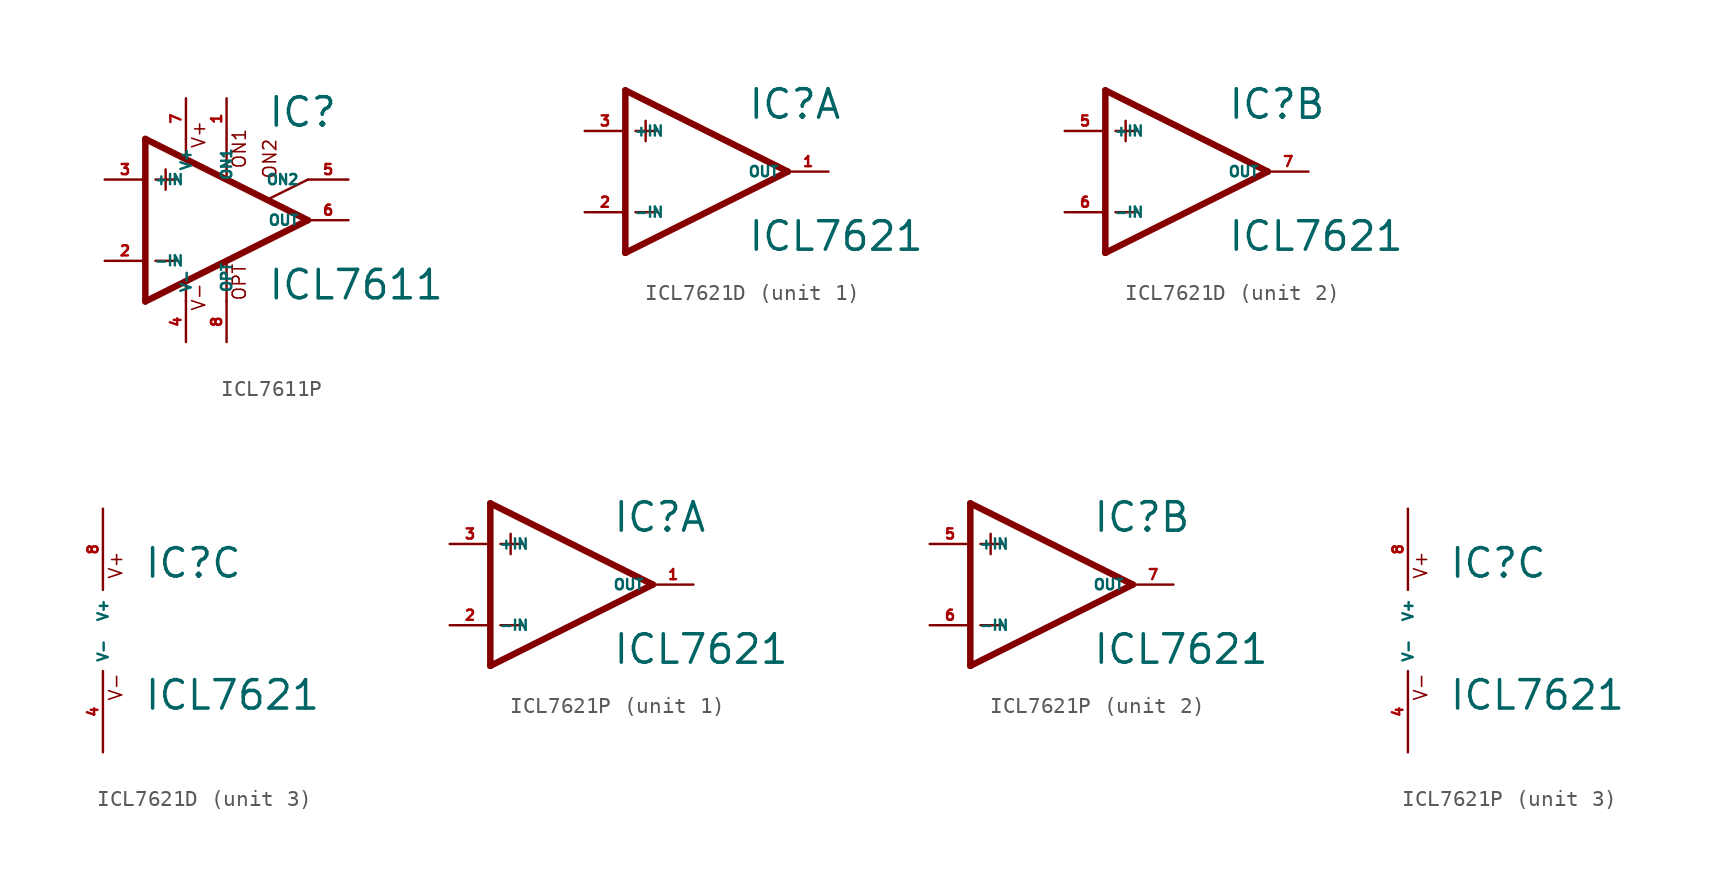
<source format=kicad_sym>
(kicad_symbol_lib
  (version 20220914)
  (generator Eagle2Kicad)
  (symbol "ICL7611P"
    (property "Reference" "IC"
      (at 2.54 5.715 0)
      (effects (font (size 1.778 1.778) (thickness 0.22)) (justify left bottom)))
    (property "Value" "ICL7611"
      (at 2.54 -5.08 0)
      (effects (font (size 1.778 1.778) (thickness 0.22)) (justify left bottom)))
    (polyline
      (pts (xy -3.81 3.175) (xy -3.81 1.905))
      (stroke (width 0.152) (type default))
      (fill (type none)))
    (polyline
      (pts (xy -4.445 2.54) (xy -3.175 2.54))
      (stroke (width 0.152) (type default))
      (fill (type none)))
    (polyline
      (pts (xy -4.445 -2.54) (xy -3.175 -2.54))
      (stroke (width 0.152) (type default))
      (fill (type none)))
    (polyline
      (pts (xy -2.54 5.08) (xy -2.54 3.886))
      (stroke (width 0.152) (type default))
      (fill (type none)))
    (polyline
      (pts (xy 0 5.055) (xy 0 2.616))
      (stroke (width 0.152) (type default))
      (fill (type none)))
    (polyline
      (pts (xy 0 -2.616) (xy 0 -5.08))
      (stroke (width 0.152) (type default))
      (fill (type none)))
    (polyline
      (pts (xy -2.54 -3.912) (xy -2.54 -5.08))
      (stroke (width 0.152) (type default))
      (fill (type none)))
    (polyline
      (pts (xy 5.08 2.54) (xy 2.616 1.321))
      (stroke (width 0.152) (type default))
      (fill (type none)))
    (polyline
      (pts (xy 5.08 0) (xy -5.08 5.08))
      (stroke (width 0.406) (type default))
      (fill (type none)))
    (polyline
      (pts (xy -5.08 5.08) (xy -5.08 -5.08))
      (stroke (width 0.406) (type default))
      (fill (type none)))
    (polyline
      (pts (xy -5.08 -5.08) (xy 5.08 0))
      (stroke (width 0.406) (type default))
      (fill (type none)))
    (text "ON1"
      (at 1.27 3.175 900)
      (effects (font (size 0.813 0.813) (thickness 0.10)) (justify left bottom)))
    (text "ON2"
      (at 3.175 2.54 900)
      (effects (font (size 0.813 0.813) (thickness 0.10)) (justify left bottom)))
    (text "OPT"
      (at 1.27 -5.08 900)
      (effects (font (size 0.813 0.813) (thickness 0.10)) (justify left bottom)))
    (text "V+"
      (at -1.27 4.445 900)
      (effects (font (size 0.813 0.813) (thickness 0.10)) (justify left bottom)))
    (text "V-"
      (at -1.27 -5.715 900)
      (effects (font (size 0.813 0.813) (thickness 0.10)) (justify left bottom)))
    (pin passive line
      (at 7.62 2.54 180)
      (length 2.54)
      (name "ON2" (effects (font (size 0.635 0.635) (thickness 0.08)) (justify left bottom)))
      (number "5" (effects (font (size 0.635 0.635) (thickness 0.08)) (justify left bottom))))
    (pin passive line
      (at 0 7.62 270)
      (length 2.54)
      (name "ON1" (effects (font (size 0.635 0.635) (thickness 0.08)) (justify left bottom)))
      (number "1" (effects (font (size 0.635 0.635) (thickness 0.08)) (justify left bottom))))
    (pin input line
      (at -7.62 -2.54 0)
      (length 2.54)
      (name "-IN" (effects (font (size 0.635 0.635) (thickness 0.08)) (justify left bottom)))
      (number "2" (effects (font (size 0.635 0.635) (thickness 0.08)) (justify left bottom))))
    (pin input line
      (at -7.62 2.54 0)
      (length 2.54)
      (name "+IN" (effects (font (size 0.635 0.635) (thickness 0.08)) (justify left bottom)))
      (number "3" (effects (font (size 0.635 0.635) (thickness 0.08)) (justify left bottom))))
    (pin output line
      (at 7.62 0 180)
      (length 2.54)
      (name "OUT" (effects (font (size 0.635 0.635) (thickness 0.08)) (justify left bottom)))
      (number "6" (effects (font (size 0.635 0.635) (thickness 0.08)) (justify left bottom))))
    (pin passive line
      (at 0 -7.62 90)
      (length 2.54)
      (name "OPT" (effects (font (size 0.635 0.635) (thickness 0.08)) (justify left bottom)))
      (number "8" (effects (font (size 0.635 0.635) (thickness 0.08)) (justify left bottom))))
    (pin unspecified line
      (at -2.54 7.62 270)
      (length 2.54)
      (name "V+" (effects (font (size 0.635 0.635) (thickness 0.08)) (justify left bottom)))
      (number "7" (effects (font (size 0.635 0.635) (thickness 0.08)) (justify left bottom))))
    (pin unspecified line
      (at -2.54 -7.62 90)
      (length 2.54)
      (name "V-" (effects (font (size 0.635 0.635) (thickness 0.08)) (justify left bottom)))
      (number "4" (effects (font (size 0.635 0.635) (thickness 0.08)) (justify left bottom)))))
  (symbol "ICL7621D"
    (property "Reference" "IC"
      (at 2.54 3.175 0)
      (effects (font (size 1.778 1.778) (thickness 0.22)) (justify left bottom)))
    (property "Value" "ICL7621"
      (at 2.54 -5.08 0)
      (effects (font (size 1.778 1.778) (thickness 0.22)) (justify left bottom)))
    (symbol "ICL7621D_1_0"
      (polyline (pts (xy -5.08 5.08) (xy -5.08 -5.08)) (stroke (width 0.406) (type default)) (fill (type none)))
      (polyline (pts (xy -5.08 -5.08) (xy 5.08 0)) (stroke (width 0.406) (type default)) (fill (type none)))
      (polyline (pts (xy 5.08 0) (xy -5.08 5.08)) (stroke (width 0.406) (type default)) (fill (type none)))
      (polyline (pts (xy -3.81 3.175) (xy -3.81 1.905)) (stroke (width 0.152) (type default)) (fill (type none)))
      (polyline (pts (xy -4.445 2.54) (xy -3.175 2.54)) (stroke (width 0.152) (type default)) (fill (type none)))
      (polyline (pts (xy -4.445 -2.54) (xy -3.175 -2.54)) (stroke (width 0.152) (type default)) (fill (type none)))
      (pin input line (at -7.62 -2.54 0) (length 2.54) (name "-IN" (effects (font (size 0.635 0.635) (thickness 0.08)) (justify left bottom))) (number "2" (effects (font (size 0.635 0.635) (thickness 0.08)) (justify left bottom))))
      (pin input line (at -7.62 2.54 0) (length 2.54) (name "+IN" (effects (font (size 0.635 0.635) (thickness 0.08)) (justify left bottom))) (number "3" (effects (font (size 0.635 0.635) (thickness 0.08)) (justify left bottom))))
      (pin output line (at 7.62 0 180) (length 2.54) (name "OUT" (effects (font (size 0.635 0.635) (thickness 0.08)) (justify left bottom))) (number "1" (effects (font (size 0.635 0.635) (thickness 0.08)) (justify left bottom)))))
    (symbol "ICL7621D_2_0"
      (polyline (pts (xy -5.08 5.08) (xy -5.08 -5.08)) (stroke (width 0.406) (type default)) (fill (type none)))
      (polyline (pts (xy -5.08 -5.08) (xy 5.08 0)) (stroke (width 0.406) (type default)) (fill (type none)))
      (polyline (pts (xy 5.08 0) (xy -5.08 5.08)) (stroke (width 0.406) (type default)) (fill (type none)))
      (polyline (pts (xy -3.81 3.175) (xy -3.81 1.905)) (stroke (width 0.152) (type default)) (fill (type none)))
      (polyline (pts (xy -4.445 2.54) (xy -3.175 2.54)) (stroke (width 0.152) (type default)) (fill (type none)))
      (polyline (pts (xy -4.445 -2.54) (xy -3.175 -2.54)) (stroke (width 0.152) (type default)) (fill (type none)))
      (pin input line (at -7.62 -2.54 0) (length 2.54) (name "-IN" (effects (font (size 0.635 0.635) (thickness 0.08)) (justify left bottom))) (number "6" (effects (font (size 0.635 0.635) (thickness 0.08)) (justify left bottom))))
      (pin input line (at -7.62 2.54 0) (length 2.54) (name "+IN" (effects (font (size 0.635 0.635) (thickness 0.08)) (justify left bottom))) (number "5" (effects (font (size 0.635 0.635) (thickness 0.08)) (justify left bottom))))
      (pin output line (at 7.62 0 180) (length 2.54) (name "OUT" (effects (font (size 0.635 0.635) (thickness 0.08)) (justify left bottom))) (number "7" (effects (font (size 0.635 0.635) (thickness 0.08)) (justify left bottom)))))
    (symbol "ICL7621D_3_0"
      (text "V+" (at 1.27 3.175 900) (effects (font (size 0.813 0.813) (thickness 0.10)) (justify left bottom)))
      (text "V-" (at 1.27 -4.445 900) (effects (font (size 0.813 0.813) (thickness 0.10)) (justify left bottom)))
      (pin unspecified line (at 0 7.62 270) (length 5.08) (name "V+" (effects (font (size 0.635 0.635) (thickness 0.08)) (justify left bottom))) (number "8" (effects (font (size 0.635 0.635) (thickness 0.08)) (justify left bottom))))
      (pin unspecified line (at 0 -7.62 90) (length 5.08) (name "V-" (effects (font (size 0.635 0.635) (thickness 0.08)) (justify left bottom))) (number "4" (effects (font (size 0.635 0.635) (thickness 0.08)) (justify left bottom))))))
  (symbol "ICL7621P"
    (property "Reference" "IC"
      (at 2.54 3.175 0)
      (effects (font (size 1.778 1.778) (thickness 0.22)) (justify left bottom)))
    (property "Value" "ICL7621"
      (at 2.54 -5.08 0)
      (effects (font (size 1.778 1.778) (thickness 0.22)) (justify left bottom)))
    (symbol "ICL7621P_1_0"
      (polyline (pts (xy -5.08 5.08) (xy -5.08 -5.08)) (stroke (width 0.406) (type default)) (fill (type none)))
      (polyline (pts (xy -5.08 -5.08) (xy 5.08 0)) (stroke (width 0.406) (type default)) (fill (type none)))
      (polyline (pts (xy 5.08 0) (xy -5.08 5.08)) (stroke (width 0.406) (type default)) (fill (type none)))
      (polyline (pts (xy -3.81 3.175) (xy -3.81 1.905)) (stroke (width 0.152) (type default)) (fill (type none)))
      (polyline (pts (xy -4.445 2.54) (xy -3.175 2.54)) (stroke (width 0.152) (type default)) (fill (type none)))
      (polyline (pts (xy -4.445 -2.54) (xy -3.175 -2.54)) (stroke (width 0.152) (type default)) (fill (type none)))
      (pin input line (at -7.62 -2.54 0) (length 2.54) (name "-IN" (effects (font (size 0.635 0.635) (thickness 0.08)) (justify left bottom))) (number "2" (effects (font (size 0.635 0.635) (thickness 0.08)) (justify left bottom))))
      (pin input line (at -7.62 2.54 0) (length 2.54) (name "+IN" (effects (font (size 0.635 0.635) (thickness 0.08)) (justify left bottom))) (number "3" (effects (font (size 0.635 0.635) (thickness 0.08)) (justify left bottom))))
      (pin output line (at 7.62 0 180) (length 2.54) (name "OUT" (effects (font (size 0.635 0.635) (thickness 0.08)) (justify left bottom))) (number "1" (effects (font (size 0.635 0.635) (thickness 0.08)) (justify left bottom)))))
    (symbol "ICL7621P_2_0"
      (polyline (pts (xy -5.08 5.08) (xy -5.08 -5.08)) (stroke (width 0.406) (type default)) (fill (type none)))
      (polyline (pts (xy -5.08 -5.08) (xy 5.08 0)) (stroke (width 0.406) (type default)) (fill (type none)))
      (polyline (pts (xy 5.08 0) (xy -5.08 5.08)) (stroke (width 0.406) (type default)) (fill (type none)))
      (polyline (pts (xy -3.81 3.175) (xy -3.81 1.905)) (stroke (width 0.152) (type default)) (fill (type none)))
      (polyline (pts (xy -4.445 2.54) (xy -3.175 2.54)) (stroke (width 0.152) (type default)) (fill (type none)))
      (polyline (pts (xy -4.445 -2.54) (xy -3.175 -2.54)) (stroke (width 0.152) (type default)) (fill (type none)))
      (pin input line (at -7.62 -2.54 0) (length 2.54) (name "-IN" (effects (font (size 0.635 0.635) (thickness 0.08)) (justify left bottom))) (number "6" (effects (font (size 0.635 0.635) (thickness 0.08)) (justify left bottom))))
      (pin input line (at -7.62 2.54 0) (length 2.54) (name "+IN" (effects (font (size 0.635 0.635) (thickness 0.08)) (justify left bottom))) (number "5" (effects (font (size 0.635 0.635) (thickness 0.08)) (justify left bottom))))
      (pin output line (at 7.62 0 180) (length 2.54) (name "OUT" (effects (font (size 0.635 0.635) (thickness 0.08)) (justify left bottom))) (number "7" (effects (font (size 0.635 0.635) (thickness 0.08)) (justify left bottom)))))
    (symbol "ICL7621P_3_0"
      (text "V+" (at 1.27 3.175 900) (effects (font (size 0.813 0.813) (thickness 0.10)) (justify left bottom)))
      (text "V-" (at 1.27 -4.445 900) (effects (font (size 0.813 0.813) (thickness 0.10)) (justify left bottom)))
      (pin unspecified line (at 0 7.62 270) (length 5.08) (name "V+" (effects (font (size 0.635 0.635) (thickness 0.08)) (justify left bottom))) (number "8" (effects (font (size 0.635 0.635) (thickness 0.08)) (justify left bottom))))
      (pin unspecified line (at 0 -7.62 90) (length 5.08) (name "V-" (effects (font (size 0.635 0.635) (thickness 0.08)) (justify left bottom))) (number "4" (effects (font (size 0.635 0.635) (thickness 0.08)) (justify left bottom)))))))
</source>
